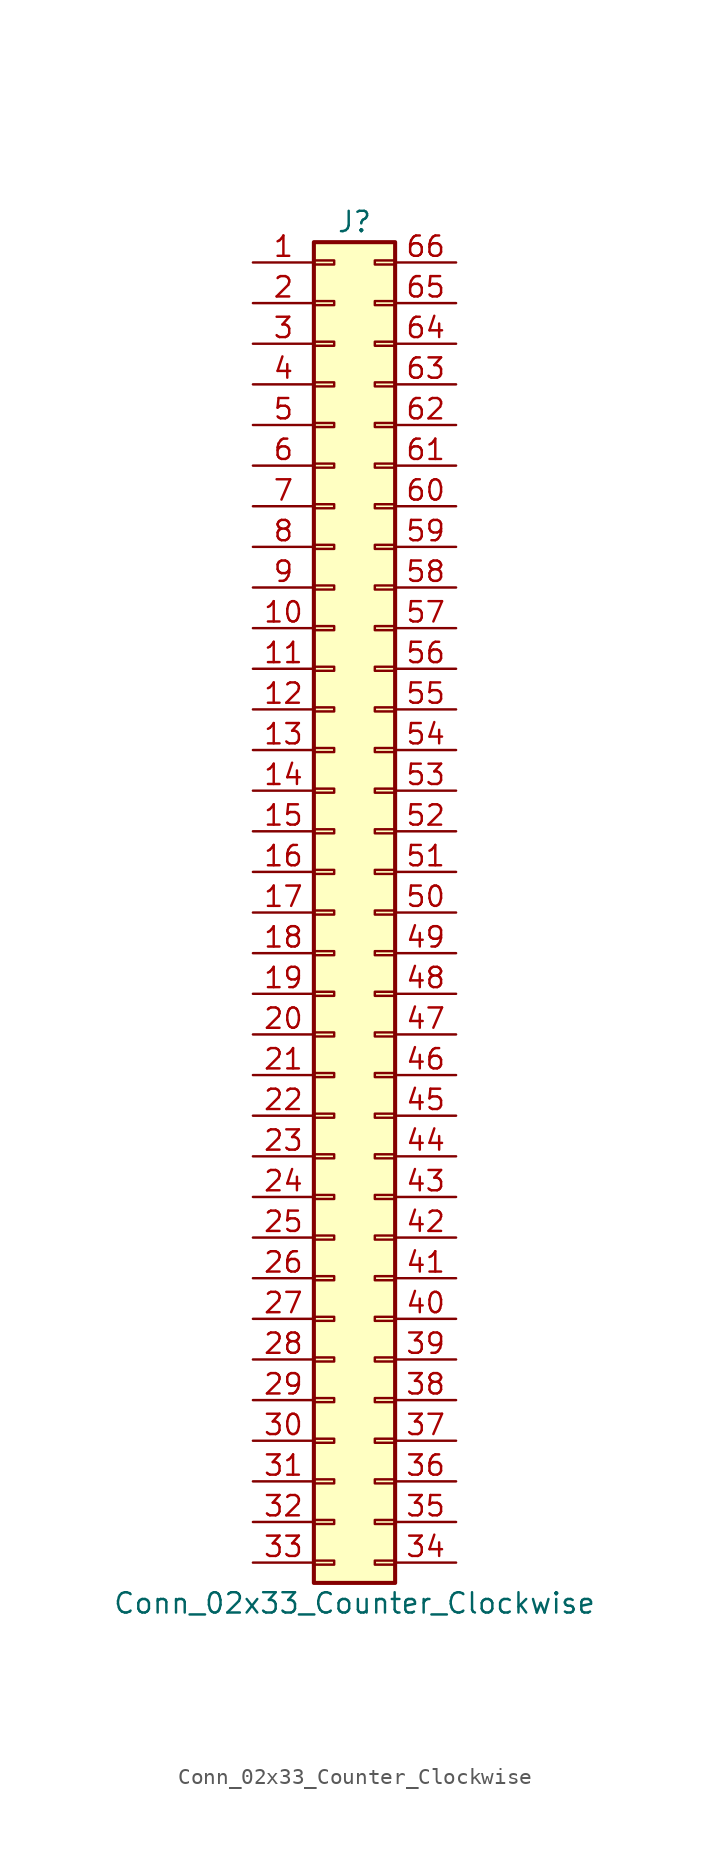
<source format=kicad_sym>
(kicad_symbol_lib
  (version 20201005)
  (generator kicad_symbol_editor)
  (symbol "Conn_02x33_Counter_Clockwise"
    (pin_names
      (offset 1.016) hide)
    (property "Reference" "J"
      (at 1.27 43.18 0)
      (effects (font (size 1.27 1.27))))
    (property "Value" "Conn_02x33_Counter_Clockwise"
      (at 1.27 -43.18 0)
      (effects (font (size 1.27 1.27))))
    (symbol "Conn_02x33_Counter_Clockwise_1_1"
      (rectangle (start -1.27 -40.513) (end 0 -40.767) (stroke (width 0.152)) (fill (type none)))
      (rectangle (start -1.27 -37.973) (end 0 -38.227) (stroke (width 0.152)) (fill (type none)))
      (rectangle (start -1.27 -35.433) (end 0 -35.687) (stroke (width 0.152)) (fill (type none)))
      (rectangle (start -1.27 -32.893) (end 0 -33.147) (stroke (width 0.152)) (fill (type none)))
      (rectangle (start -1.27 -30.353) (end 0 -30.607) (stroke (width 0.152)) (fill (type none)))
      (rectangle (start -1.27 -27.813) (end 0 -28.067) (stroke (width 0.152)) (fill (type none)))
      (rectangle (start -1.27 -25.273) (end 0 -25.527) (stroke (width 0.152)) (fill (type none)))
      (rectangle (start -1.27 -22.733) (end 0 -22.987) (stroke (width 0.152)) (fill (type none)))
      (rectangle (start -1.27 -20.193) (end 0 -20.447) (stroke (width 0.152)) (fill (type none)))
      (rectangle (start -1.27 -17.653) (end 0 -17.907) (stroke (width 0.152)) (fill (type none)))
      (rectangle (start -1.27 -15.113) (end 0 -15.367) (stroke (width 0.152)) (fill (type none)))
      (rectangle (start -1.27 -12.573) (end 0 -12.827) (stroke (width 0.152)) (fill (type none)))
      (rectangle (start -1.27 -10.033) (end 0 -10.287) (stroke (width 0.152)) (fill (type none)))
      (rectangle (start -1.27 -7.493) (end 0 -7.747) (stroke (width 0.152)) (fill (type none)))
      (rectangle (start -1.27 -4.953) (end 0 -5.207) (stroke (width 0.152)) (fill (type none)))
      (rectangle (start -1.27 -2.413) (end 0 -2.667) (stroke (width 0.152)) (fill (type none)))
      (rectangle (start -1.27 0.127) (end 0 -0.127) (stroke (width 0.152)) (fill (type none)))
      (rectangle (start -1.27 2.667) (end 0 2.413) (stroke (width 0.152)) (fill (type none)))
      (rectangle (start -1.27 5.207) (end 0 4.953) (stroke (width 0.152)) (fill (type none)))
      (rectangle (start -1.27 7.747) (end 0 7.493) (stroke (width 0.152)) (fill (type none)))
      (rectangle (start -1.27 10.287) (end 0 10.033) (stroke (width 0.152)) (fill (type none)))
      (rectangle (start -1.27 12.827) (end 0 12.573) (stroke (width 0.152)) (fill (type none)))
      (rectangle (start -1.27 15.367) (end 0 15.113) (stroke (width 0.152)) (fill (type none)))
      (rectangle (start -1.27 17.907) (end 0 17.653) (stroke (width 0.152)) (fill (type none)))
      (rectangle (start -1.27 20.447) (end 0 20.193) (stroke (width 0.152)) (fill (type none)))
      (rectangle (start -1.27 22.987) (end 0 22.733) (stroke (width 0.152)) (fill (type none)))
      (rectangle (start -1.27 25.527) (end 0 25.273) (stroke (width 0.152)) (fill (type none)))
      (rectangle (start -1.27 28.067) (end 0 27.813) (stroke (width 0.152)) (fill (type none)))
      (rectangle (start -1.27 30.607) (end 0 30.353) (stroke (width 0.152)) (fill (type none)))
      (rectangle (start -1.27 33.147) (end 0 32.893) (stroke (width 0.152)) (fill (type none)))
      (rectangle (start -1.27 35.687) (end 0 35.433) (stroke (width 0.152)) (fill (type none)))
      (rectangle (start -1.27 38.227) (end 0 37.973) (stroke (width 0.152)) (fill (type none)))
      (rectangle (start -1.27 40.767) (end 0 40.513) (stroke (width 0.152)) (fill (type none)))
      (rectangle (start -1.27 41.91) (end 3.81 -41.91) (stroke (width 0.254)) (fill (type background)))
      (rectangle (start 3.81 -40.513) (end 2.54 -40.767) (stroke (width 0.152)) (fill (type none)))
      (rectangle (start 3.81 -37.973) (end 2.54 -38.227) (stroke (width 0.152)) (fill (type none)))
      (rectangle (start 3.81 -35.433) (end 2.54 -35.687) (stroke (width 0.152)) (fill (type none)))
      (rectangle (start 3.81 -32.893) (end 2.54 -33.147) (stroke (width 0.152)) (fill (type none)))
      (rectangle (start 3.81 -30.353) (end 2.54 -30.607) (stroke (width 0.152)) (fill (type none)))
      (rectangle (start 3.81 -27.813) (end 2.54 -28.067) (stroke (width 0.152)) (fill (type none)))
      (rectangle (start 3.81 -25.273) (end 2.54 -25.527) (stroke (width 0.152)) (fill (type none)))
      (rectangle (start 3.81 -22.733) (end 2.54 -22.987) (stroke (width 0.152)) (fill (type none)))
      (rectangle (start 3.81 -20.193) (end 2.54 -20.447) (stroke (width 0.152)) (fill (type none)))
      (rectangle (start 3.81 -17.653) (end 2.54 -17.907) (stroke (width 0.152)) (fill (type none)))
      (rectangle (start 3.81 -15.113) (end 2.54 -15.367) (stroke (width 0.152)) (fill (type none)))
      (rectangle (start 3.81 -12.573) (end 2.54 -12.827) (stroke (width 0.152)) (fill (type none)))
      (rectangle (start 3.81 -10.033) (end 2.54 -10.287) (stroke (width 0.152)) (fill (type none)))
      (rectangle (start 3.81 -7.493) (end 2.54 -7.747) (stroke (width 0.152)) (fill (type none)))
      (rectangle (start 3.81 -4.953) (end 2.54 -5.207) (stroke (width 0.152)) (fill (type none)))
      (rectangle (start 3.81 -2.413) (end 2.54 -2.667) (stroke (width 0.152)) (fill (type none)))
      (rectangle (start 3.81 0.127) (end 2.54 -0.127) (stroke (width 0.152)) (fill (type none)))
      (rectangle (start 3.81 2.667) (end 2.54 2.413) (stroke (width 0.152)) (fill (type none)))
      (rectangle (start 3.81 5.207) (end 2.54 4.953) (stroke (width 0.152)) (fill (type none)))
      (rectangle (start 3.81 7.747) (end 2.54 7.493) (stroke (width 0.152)) (fill (type none)))
      (rectangle (start 3.81 10.287) (end 2.54 10.033) (stroke (width 0.152)) (fill (type none)))
      (rectangle (start 3.81 12.827) (end 2.54 12.573) (stroke (width 0.152)) (fill (type none)))
      (rectangle (start 3.81 15.367) (end 2.54 15.113) (stroke (width 0.152)) (fill (type none)))
      (rectangle (start 3.81 17.907) (end 2.54 17.653) (stroke (width 0.152)) (fill (type none)))
      (rectangle (start 3.81 20.447) (end 2.54 20.193) (stroke (width 0.152)) (fill (type none)))
      (rectangle (start 3.81 22.987) (end 2.54 22.733) (stroke (width 0.152)) (fill (type none)))
      (rectangle (start 3.81 25.527) (end 2.54 25.273) (stroke (width 0.152)) (fill (type none)))
      (rectangle (start 3.81 28.067) (end 2.54 27.813) (stroke (width 0.152)) (fill (type none)))
      (rectangle (start 3.81 30.607) (end 2.54 30.353) (stroke (width 0.152)) (fill (type none)))
      (rectangle (start 3.81 33.147) (end 2.54 32.893) (stroke (width 0.152)) (fill (type none)))
      (rectangle (start 3.81 35.687) (end 2.54 35.433) (stroke (width 0.152)) (fill (type none)))
      (rectangle (start 3.81 38.227) (end 2.54 37.973) (stroke (width 0.152)) (fill (type none)))
      (rectangle (start 3.81 40.767) (end 2.54 40.513) (stroke (width 0.152)) (fill (type none)))
      (pin passive line (at -5.08 40.64 0) (length 3.81) (name "Pin_1" (effects (font (size 1.27 1.27)))) (number "1" (effects (font (size 1.27 1.27)))))
      (pin passive line (at -5.08 17.78 0) (length 3.81) (name "Pin_10" (effects (font (size 1.27 1.27)))) (number "10" (effects (font (size 1.27 1.27)))))
      (pin passive line (at -5.08 15.24 0) (length 3.81) (name "Pin_11" (effects (font (size 1.27 1.27)))) (number "11" (effects (font (size 1.27 1.27)))))
      (pin passive line (at -5.08 12.7 0) (length 3.81) (name "Pin_12" (effects (font (size 1.27 1.27)))) (number "12" (effects (font (size 1.27 1.27)))))
      (pin passive line (at -5.08 10.16 0) (length 3.81) (name "Pin_13" (effects (font (size 1.27 1.27)))) (number "13" (effects (font (size 1.27 1.27)))))
      (pin passive line (at -5.08 7.62 0) (length 3.81) (name "Pin_14" (effects (font (size 1.27 1.27)))) (number "14" (effects (font (size 1.27 1.27)))))
      (pin passive line (at -5.08 5.08 0) (length 3.81) (name "Pin_15" (effects (font (size 1.27 1.27)))) (number "15" (effects (font (size 1.27 1.27)))))
      (pin passive line (at -5.08 2.54 0) (length 3.81) (name "Pin_16" (effects (font (size 1.27 1.27)))) (number "16" (effects (font (size 1.27 1.27)))))
      (pin passive line (at -5.08 0 0) (length 3.81) (name "Pin_17" (effects (font (size 1.27 1.27)))) (number "17" (effects (font (size 1.27 1.27)))))
      (pin passive line (at -5.08 -2.54 0) (length 3.81) (name "Pin_18" (effects (font (size 1.27 1.27)))) (number "18" (effects (font (size 1.27 1.27)))))
      (pin passive line (at -5.08 -5.08 0) (length 3.81) (name "Pin_19" (effects (font (size 1.27 1.27)))) (number "19" (effects (font (size 1.27 1.27)))))
      (pin passive line (at -5.08 38.1 0) (length 3.81) (name "Pin_2" (effects (font (size 1.27 1.27)))) (number "2" (effects (font (size 1.27 1.27)))))
      (pin passive line (at -5.08 -7.62 0) (length 3.81) (name "Pin_20" (effects (font (size 1.27 1.27)))) (number "20" (effects (font (size 1.27 1.27)))))
      (pin passive line (at -5.08 -10.16 0) (length 3.81) (name "Pin_21" (effects (font (size 1.27 1.27)))) (number "21" (effects (font (size 1.27 1.27)))))
      (pin passive line (at -5.08 -12.7 0) (length 3.81) (name "Pin_22" (effects (font (size 1.27 1.27)))) (number "22" (effects (font (size 1.27 1.27)))))
      (pin passive line (at -5.08 -15.24 0) (length 3.81) (name "Pin_23" (effects (font (size 1.27 1.27)))) (number "23" (effects (font (size 1.27 1.27)))))
      (pin passive line (at -5.08 -17.78 0) (length 3.81) (name "Pin_24" (effects (font (size 1.27 1.27)))) (number "24" (effects (font (size 1.27 1.27)))))
      (pin passive line (at -5.08 -20.32 0) (length 3.81) (name "Pin_25" (effects (font (size 1.27 1.27)))) (number "25" (effects (font (size 1.27 1.27)))))
      (pin passive line (at -5.08 -22.86 0) (length 3.81) (name "Pin_26" (effects (font (size 1.27 1.27)))) (number "26" (effects (font (size 1.27 1.27)))))
      (pin passive line (at -5.08 -25.4 0) (length 3.81) (name "Pin_27" (effects (font (size 1.27 1.27)))) (number "27" (effects (font (size 1.27 1.27)))))
      (pin passive line (at -5.08 -27.94 0) (length 3.81) (name "Pin_28" (effects (font (size 1.27 1.27)))) (number "28" (effects (font (size 1.27 1.27)))))
      (pin passive line (at -5.08 -30.48 0) (length 3.81) (name "Pin_29" (effects (font (size 1.27 1.27)))) (number "29" (effects (font (size 1.27 1.27)))))
      (pin passive line (at -5.08 35.56 0) (length 3.81) (name "Pin_3" (effects (font (size 1.27 1.27)))) (number "3" (effects (font (size 1.27 1.27)))))
      (pin passive line (at -5.08 -33.02 0) (length 3.81) (name "Pin_30" (effects (font (size 1.27 1.27)))) (number "30" (effects (font (size 1.27 1.27)))))
      (pin passive line (at -5.08 -35.56 0) (length 3.81) (name "Pin_31" (effects (font (size 1.27 1.27)))) (number "31" (effects (font (size 1.27 1.27)))))
      (pin passive line (at -5.08 -38.1 0) (length 3.81) (name "Pin_32" (effects (font (size 1.27 1.27)))) (number "32" (effects (font (size 1.27 1.27)))))
      (pin passive line (at -5.08 -40.64 0) (length 3.81) (name "Pin_33" (effects (font (size 1.27 1.27)))) (number "33" (effects (font (size 1.27 1.27)))))
      (pin passive line (at 7.62 -40.64 180) (length 3.81) (name "Pin_34" (effects (font (size 1.27 1.27)))) (number "34" (effects (font (size 1.27 1.27)))))
      (pin passive line (at 7.62 -38.1 180) (length 3.81) (name "Pin_35" (effects (font (size 1.27 1.27)))) (number "35" (effects (font (size 1.27 1.27)))))
      (pin passive line (at 7.62 -35.56 180) (length 3.81) (name "Pin_36" (effects (font (size 1.27 1.27)))) (number "36" (effects (font (size 1.27 1.27)))))
      (pin passive line (at 7.62 -33.02 180) (length 3.81) (name "Pin_37" (effects (font (size 1.27 1.27)))) (number "37" (effects (font (size 1.27 1.27)))))
      (pin passive line (at 7.62 -30.48 180) (length 3.81) (name "Pin_38" (effects (font (size 1.27 1.27)))) (number "38" (effects (font (size 1.27 1.27)))))
      (pin passive line (at 7.62 -27.94 180) (length 3.81) (name "Pin_39" (effects (font (size 1.27 1.27)))) (number "39" (effects (font (size 1.27 1.27)))))
      (pin passive line (at -5.08 33.02 0) (length 3.81) (name "Pin_4" (effects (font (size 1.27 1.27)))) (number "4" (effects (font (size 1.27 1.27)))))
      (pin passive line (at 7.62 -25.4 180) (length 3.81) (name "Pin_40" (effects (font (size 1.27 1.27)))) (number "40" (effects (font (size 1.27 1.27)))))
      (pin passive line (at 7.62 -22.86 180) (length 3.81) (name "Pin_41" (effects (font (size 1.27 1.27)))) (number "41" (effects (font (size 1.27 1.27)))))
      (pin passive line (at 7.62 -20.32 180) (length 3.81) (name "Pin_42" (effects (font (size 1.27 1.27)))) (number "42" (effects (font (size 1.27 1.27)))))
      (pin passive line (at 7.62 -17.78 180) (length 3.81) (name "Pin_43" (effects (font (size 1.27 1.27)))) (number "43" (effects (font (size 1.27 1.27)))))
      (pin passive line (at 7.62 -15.24 180) (length 3.81) (name "Pin_44" (effects (font (size 1.27 1.27)))) (number "44" (effects (font (size 1.27 1.27)))))
      (pin passive line (at 7.62 -12.7 180) (length 3.81) (name "Pin_45" (effects (font (size 1.27 1.27)))) (number "45" (effects (font (size 1.27 1.27)))))
      (pin passive line (at 7.62 -10.16 180) (length 3.81) (name "Pin_46" (effects (font (size 1.27 1.27)))) (number "46" (effects (font (size 1.27 1.27)))))
      (pin passive line (at 7.62 -7.62 180) (length 3.81) (name "Pin_47" (effects (font (size 1.27 1.27)))) (number "47" (effects (font (size 1.27 1.27)))))
      (pin passive line (at 7.62 -5.08 180) (length 3.81) (name "Pin_48" (effects (font (size 1.27 1.27)))) (number "48" (effects (font (size 1.27 1.27)))))
      (pin passive line (at 7.62 -2.54 180) (length 3.81) (name "Pin_49" (effects (font (size 1.27 1.27)))) (number "49" (effects (font (size 1.27 1.27)))))
      (pin passive line (at -5.08 30.48 0) (length 3.81) (name "Pin_5" (effects (font (size 1.27 1.27)))) (number "5" (effects (font (size 1.27 1.27)))))
      (pin passive line (at 7.62 0 180) (length 3.81) (name "Pin_50" (effects (font (size 1.27 1.27)))) (number "50" (effects (font (size 1.27 1.27)))))
      (pin passive line (at 7.62 2.54 180) (length 3.81) (name "Pin_51" (effects (font (size 1.27 1.27)))) (number "51" (effects (font (size 1.27 1.27)))))
      (pin passive line (at 7.62 5.08 180) (length 3.81) (name "Pin_52" (effects (font (size 1.27 1.27)))) (number "52" (effects (font (size 1.27 1.27)))))
      (pin passive line (at 7.62 7.62 180) (length 3.81) (name "Pin_53" (effects (font (size 1.27 1.27)))) (number "53" (effects (font (size 1.27 1.27)))))
      (pin passive line (at 7.62 10.16 180) (length 3.81) (name "Pin_54" (effects (font (size 1.27 1.27)))) (number "54" (effects (font (size 1.27 1.27)))))
      (pin passive line (at 7.62 12.7 180) (length 3.81) (name "Pin_55" (effects (font (size 1.27 1.27)))) (number "55" (effects (font (size 1.27 1.27)))))
      (pin passive line (at 7.62 15.24 180) (length 3.81) (name "Pin_56" (effects (font (size 1.27 1.27)))) (number "56" (effects (font (size 1.27 1.27)))))
      (pin passive line (at 7.62 17.78 180) (length 3.81) (name "Pin_57" (effects (font (size 1.27 1.27)))) (number "57" (effects (font (size 1.27 1.27)))))
      (pin passive line (at 7.62 20.32 180) (length 3.81) (name "Pin_58" (effects (font (size 1.27 1.27)))) (number "58" (effects (font (size 1.27 1.27)))))
      (pin passive line (at 7.62 22.86 180) (length 3.81) (name "Pin_59" (effects (font (size 1.27 1.27)))) (number "59" (effects (font (size 1.27 1.27)))))
      (pin passive line (at -5.08 27.94 0) (length 3.81) (name "Pin_6" (effects (font (size 1.27 1.27)))) (number "6" (effects (font (size 1.27 1.27)))))
      (pin passive line (at 7.62 25.4 180) (length 3.81) (name "Pin_60" (effects (font (size 1.27 1.27)))) (number "60" (effects (font (size 1.27 1.27)))))
      (pin passive line (at 7.62 27.94 180) (length 3.81) (name "Pin_61" (effects (font (size 1.27 1.27)))) (number "61" (effects (font (size 1.27 1.27)))))
      (pin passive line (at 7.62 30.48 180) (length 3.81) (name "Pin_62" (effects (font (size 1.27 1.27)))) (number "62" (effects (font (size 1.27 1.27)))))
      (pin passive line (at 7.62 33.02 180) (length 3.81) (name "Pin_63" (effects (font (size 1.27 1.27)))) (number "63" (effects (font (size 1.27 1.27)))))
      (pin passive line (at 7.62 35.56 180) (length 3.81) (name "Pin_64" (effects (font (size 1.27 1.27)))) (number "64" (effects (font (size 1.27 1.27)))))
      (pin passive line (at 7.62 38.1 180) (length 3.81) (name "Pin_65" (effects (font (size 1.27 1.27)))) (number "65" (effects (font (size 1.27 1.27)))))
      (pin passive line (at 7.62 40.64 180) (length 3.81) (name "Pin_66" (effects (font (size 1.27 1.27)))) (number "66" (effects (font (size 1.27 1.27)))))
      (pin passive line (at -5.08 25.4 0) (length 3.81) (name "Pin_7" (effects (font (size 1.27 1.27)))) (number "7" (effects (font (size 1.27 1.27)))))
      (pin passive line (at -5.08 22.86 0) (length 3.81) (name "Pin_8" (effects (font (size 1.27 1.27)))) (number "8" (effects (font (size 1.27 1.27)))))
      (pin passive line (at -5.08 20.32 0) (length 3.81) (name "Pin_9" (effects (font (size 1.27 1.27)))) (number "9" (effects (font (size 1.27 1.27))))))))
</source>
